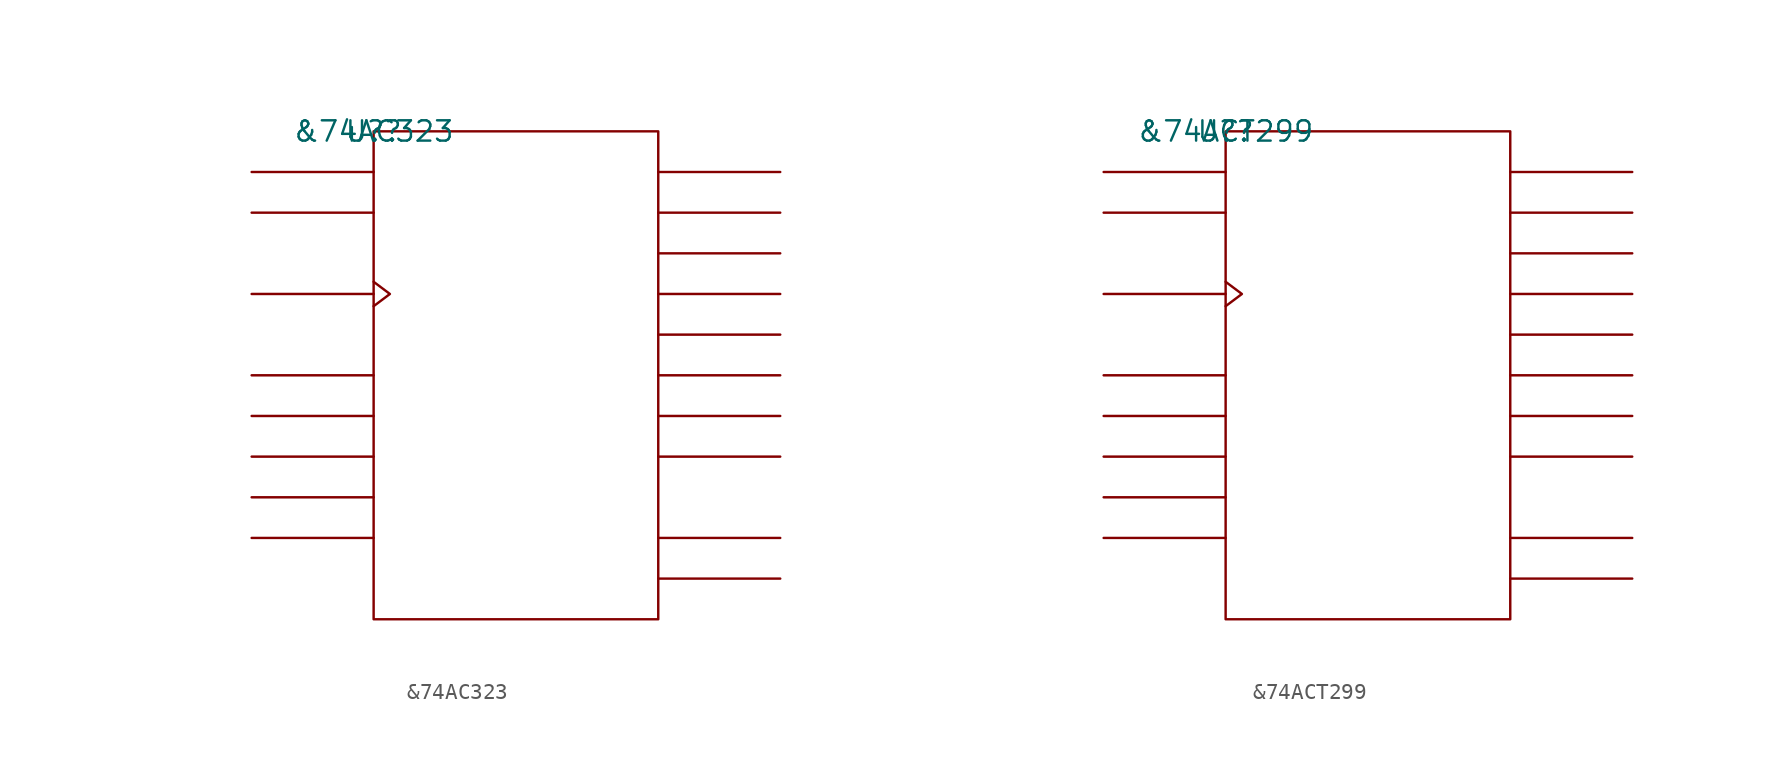
<source format=kicad_sym>
(kicad_symbol_lib
  (version 20211014)
  (generator kicad_symbol_editor)
  (symbol "&74AC323"
    (pin_names
      (offset 0.762))
    (property "Reference" "U?"
      (at 0 0 0)
      (effects (font (size 1.27 1.27))))
    (property "Value" "&74AC323"
      (at 0 0 0)
      (effects (font (size 1.27 1.27))))
    (symbol "&74AC323_0_1"
      (rectangle (start 0 -30.48) (end 17.78 0) (stroke (width 0) (type default) (color 0 0 0 0)) (fill (type none)))
      (polyline (pts (xy 0 -25.4) (xy -7.62 -25.4)) (stroke (width 0) (type default) (color 0 0 0 0)) (fill (type none)))
      (polyline (pts (xy 0 -22.86) (xy -7.62 -22.86)) (stroke (width 0) (type default) (color 0 0 0 0)) (fill (type none)))
      (polyline (pts (xy 0 -20.32) (xy -7.62 -20.32)) (stroke (width 0) (type default) (color 0 0 0 0)) (fill (type none)))
      (polyline (pts (xy 0 -17.78) (xy -7.62 -17.78)) (stroke (width 0) (type default) (color 0 0 0 0)) (fill (type none)))
      (polyline (pts (xy 0 -15.24) (xy -7.62 -15.24)) (stroke (width 0) (type default) (color 0 0 0 0)) (fill (type none)))
      (polyline (pts (xy 0 -10.16) (xy -7.62 -10.16)) (stroke (width 0) (type default) (color 0 0 0 0)) (fill (type none)))
      (polyline (pts (xy 0 -5.08) (xy -7.62 -5.08)) (stroke (width 0) (type default) (color 0 0 0 0)) (fill (type none)))
      (polyline (pts (xy 0 -2.54) (xy -7.62 -2.54)) (stroke (width 0) (type default) (color 0 0 0 0)) (fill (type none)))
      (polyline (pts (xy 17.78 -27.94) (xy 25.4 -27.94)) (stroke (width 0) (type default) (color 0 0 0 0)) (fill (type none)))
      (polyline (pts (xy 17.78 -25.4) (xy 25.4 -25.4)) (stroke (width 0) (type default) (color 0 0 0 0)) (fill (type none)))
      (polyline (pts (xy 17.78 -20.32) (xy 25.4 -20.32)) (stroke (width 0) (type default) (color 0 0 0 0)) (fill (type none)))
      (polyline (pts (xy 17.78 -17.78) (xy 25.4 -17.78)) (stroke (width 0) (type default) (color 0 0 0 0)) (fill (type none)))
      (polyline (pts (xy 17.78 -15.24) (xy 25.4 -15.24)) (stroke (width 0) (type default) (color 0 0 0 0)) (fill (type none)))
      (polyline (pts (xy 17.78 -12.7) (xy 25.4 -12.7)) (stroke (width 0) (type default) (color 0 0 0 0)) (fill (type none)))
      (polyline (pts (xy 17.78 -10.16) (xy 25.4 -10.16)) (stroke (width 0) (type default) (color 0 0 0 0)) (fill (type none)))
      (polyline (pts (xy 17.78 -7.62) (xy 25.4 -7.62)) (stroke (width 0) (type default) (color 0 0 0 0)) (fill (type none)))
      (polyline (pts (xy 17.78 -5.08) (xy 25.4 -5.08)) (stroke (width 0) (type default) (color 0 0 0 0)) (fill (type none)))
      (polyline (pts (xy 17.78 -2.54) (xy 25.4 -2.54)) (stroke (width 0) (type default) (color 0 0 0 0)) (fill (type none)))
      (polyline (pts (xy 0 -9.398) (xy 1.016 -10.16) (xy 0 -10.922)) (stroke (width 0) (type default) (color 0 0 0 0)) (fill (type none))))
    (symbol "&74AC323_1_1"
      (pin unspecified line (at -7.62 -22.86 0) (length 7.62) hide (name "S0" (effects (font (size 1.245 1.245)))) (number "1" (effects (font (size 1.245 1.245)))))
      (pin power_in line (at 7.62 -30.48 0) (length 7.62) hide (name "GND" (effects (font (size 1.245 1.245)))) (number "10" (effects (font (size 1.245 1.245)))))
      (pin unspecified line (at -7.62 -5.08 0) (length 7.62) hide (name "SR" (effects (font (size 1.245 1.245)))) (number "11" (effects (font (size 1.245 1.245)))))
      (pin unspecified line (at -7.62 -10.16 180) (length 7.62) hide (name "CLK" (effects (font (size 1.245 1.245)))) (number "12" (effects (font (size 1.245 1.245)))))
      (pin unspecified line (at 25.4 -5.08 180) (length 7.62) hide (name "B/QB" (effects (font (size 1.245 1.245)))) (number "13" (effects (font (size 1.245 1.245)))))
      (pin unspecified line (at 25.4 -10.16 180) (length 7.62) hide (name "D/QD" (effects (font (size 1.245 1.245)))) (number "14" (effects (font (size 1.245 1.245)))))
      (pin unspecified line (at 25.4 -15.24 180) (length 7.62) hide (name "F/QF" (effects (font (size 1.245 1.245)))) (number "15" (effects (font (size 1.245 1.245)))))
      (pin unspecified line (at 25.4 -20.32 180) (length 7.62) hide (name "H/QH" (effects (font (size 1.245 1.245)))) (number "16" (effects (font (size 1.245 1.245)))))
      (pin unspecified line (at 25.4 -27.94 180) (length 7.62) hide (name "QH'" (effects (font (size 1.245 1.245)))) (number "17" (effects (font (size 1.245 1.245)))))
      (pin unspecified line (at -7.62 -2.54 0) (length 7.62) hide (name "SL" (effects (font (size 1.245 1.245)))) (number "18" (effects (font (size 1.245 1.245)))))
      (pin unspecified line (at -7.62 -25.4 0) (length 7.62) hide (name "S1" (effects (font (size 1.245 1.245)))) (number "19" (effects (font (size 1.245 1.245)))))
      (pin unspecified line (at -7.62 -17.78 0) (length 7.62) hide (name "EN1" (effects (font (size 1.245 1.245)))) (number "2" (effects (font (size 1.245 1.245)))))
      (pin power_in line (at 7.62 0 180) (length 7.62) hide (name "VCC" (effects (font (size 1.245 1.245)))) (number "20" (effects (font (size 1.245 1.245)))))
      (pin unspecified line (at -7.62 -20.32 0) (length 7.62) hide (name "EN2" (effects (font (size 1.245 1.245)))) (number "3" (effects (font (size 1.245 1.245)))))
      (pin unspecified line (at 25.4 -17.78 180) (length 7.62) hide (name "G/QG" (effects (font (size 1.245 1.245)))) (number "4" (effects (font (size 1.245 1.245)))))
      (pin unspecified line (at 25.4 -12.7 180) (length 7.62) hide (name "E/QE" (effects (font (size 1.245 1.245)))) (number "5" (effects (font (size 1.245 1.245)))))
      (pin unspecified line (at 25.4 -7.62 180) (length 7.62) hide (name "C/QC" (effects (font (size 1.245 1.245)))) (number "6" (effects (font (size 1.245 1.245)))))
      (pin unspecified line (at 25.4 -2.54 180) (length 7.62) hide (name "A/QA" (effects (font (size 1.245 1.245)))) (number "7" (effects (font (size 1.245 1.245)))))
      (pin unspecified line (at 25.4 -25.4 180) (length 7.62) hide (name "QA'" (effects (font (size 1.245 1.245)))) (number "8" (effects (font (size 1.245 1.245)))))
      (pin unspecified line (at -7.62 -15.24 0) (length 7.62) hide (name "C\\L\\R\\" (effects (font (size 1.245 1.245)))) (number "9" (effects (font (size 1.245 1.245)))))))
  (symbol "&74ACT299"
    (pin_names
      (offset 0.762))
    (property "Reference" "U?"
      (at 0 0 0)
      (effects (font (size 1.27 1.27))))
    (property "Value" "&74ACT299"
      (at 0 0 0)
      (effects (font (size 1.27 1.27))))
    (symbol "&74ACT299_0_1"
      (rectangle (start 0 -30.48) (end 17.78 0) (stroke (width 0) (type default) (color 0 0 0 0)) (fill (type none)))
      (polyline (pts (xy 0 -25.4) (xy -7.62 -25.4)) (stroke (width 0) (type default) (color 0 0 0 0)) (fill (type none)))
      (polyline (pts (xy 0 -22.86) (xy -7.62 -22.86)) (stroke (width 0) (type default) (color 0 0 0 0)) (fill (type none)))
      (polyline (pts (xy 0 -20.32) (xy -7.62 -20.32)) (stroke (width 0) (type default) (color 0 0 0 0)) (fill (type none)))
      (polyline (pts (xy 0 -17.78) (xy -7.62 -17.78)) (stroke (width 0) (type default) (color 0 0 0 0)) (fill (type none)))
      (polyline (pts (xy 0 -15.24) (xy -7.62 -15.24)) (stroke (width 0) (type default) (color 0 0 0 0)) (fill (type none)))
      (polyline (pts (xy 0 -10.16) (xy -7.62 -10.16)) (stroke (width 0) (type default) (color 0 0 0 0)) (fill (type none)))
      (polyline (pts (xy 0 -5.08) (xy -7.62 -5.08)) (stroke (width 0) (type default) (color 0 0 0 0)) (fill (type none)))
      (polyline (pts (xy 0 -2.54) (xy -7.62 -2.54)) (stroke (width 0) (type default) (color 0 0 0 0)) (fill (type none)))
      (polyline (pts (xy 17.78 -27.94) (xy 25.4 -27.94)) (stroke (width 0) (type default) (color 0 0 0 0)) (fill (type none)))
      (polyline (pts (xy 17.78 -25.4) (xy 25.4 -25.4)) (stroke (width 0) (type default) (color 0 0 0 0)) (fill (type none)))
      (polyline (pts (xy 17.78 -20.32) (xy 25.4 -20.32)) (stroke (width 0) (type default) (color 0 0 0 0)) (fill (type none)))
      (polyline (pts (xy 17.78 -17.78) (xy 25.4 -17.78)) (stroke (width 0) (type default) (color 0 0 0 0)) (fill (type none)))
      (polyline (pts (xy 17.78 -15.24) (xy 25.4 -15.24)) (stroke (width 0) (type default) (color 0 0 0 0)) (fill (type none)))
      (polyline (pts (xy 17.78 -12.7) (xy 25.4 -12.7)) (stroke (width 0) (type default) (color 0 0 0 0)) (fill (type none)))
      (polyline (pts (xy 17.78 -10.16) (xy 25.4 -10.16)) (stroke (width 0) (type default) (color 0 0 0 0)) (fill (type none)))
      (polyline (pts (xy 17.78 -7.62) (xy 25.4 -7.62)) (stroke (width 0) (type default) (color 0 0 0 0)) (fill (type none)))
      (polyline (pts (xy 17.78 -5.08) (xy 25.4 -5.08)) (stroke (width 0) (type default) (color 0 0 0 0)) (fill (type none)))
      (polyline (pts (xy 17.78 -2.54) (xy 25.4 -2.54)) (stroke (width 0) (type default) (color 0 0 0 0)) (fill (type none)))
      (polyline (pts (xy 0 -9.398) (xy 1.016 -10.16) (xy 0 -10.922)) (stroke (width 0) (type default) (color 0 0 0 0)) (fill (type none))))
    (symbol "&74ACT299_1_1"
      (pin unspecified line (at -7.62 -22.86 0) (length 7.62) hide (name "S0" (effects (font (size 1.245 1.245)))) (number "1" (effects (font (size 1.245 1.245)))))
      (pin power_in line (at 7.62 -30.48 180) (length 7.62) hide (name "GND" (effects (font (size 1.245 1.245)))) (number "10" (effects (font (size 1.245 1.245)))))
      (pin unspecified line (at -7.62 -5.08 0) (length 7.62) hide (name "SR" (effects (font (size 1.245 1.245)))) (number "11" (effects (font (size 1.245 1.245)))))
      (pin unspecified line (at -7.62 -10.16 180) (length 7.62) hide (name "CLK" (effects (font (size 1.245 1.245)))) (number "12" (effects (font (size 1.245 1.245)))))
      (pin unspecified line (at 25.4 -5.08 180) (length 7.62) hide (name "B/QB" (effects (font (size 1.245 1.245)))) (number "13" (effects (font (size 1.245 1.245)))))
      (pin unspecified line (at 25.4 -10.16 180) (length 7.62) hide (name "D/QD" (effects (font (size 1.245 1.245)))) (number "14" (effects (font (size 1.245 1.245)))))
      (pin unspecified line (at 25.4 -15.24 180) (length 7.62) hide (name "F/QF" (effects (font (size 1.245 1.245)))) (number "15" (effects (font (size 1.245 1.245)))))
      (pin unspecified line (at 25.4 -20.32 180) (length 7.62) hide (name "H/QH" (effects (font (size 1.245 1.245)))) (number "16" (effects (font (size 1.245 1.245)))))
      (pin unspecified line (at 25.4 -27.94 180) (length 7.62) hide (name "QH'" (effects (font (size 1.245 1.245)))) (number "17" (effects (font (size 1.245 1.245)))))
      (pin unspecified line (at -7.62 -2.54 0) (length 7.62) hide (name "SL" (effects (font (size 1.245 1.245)))) (number "18" (effects (font (size 1.245 1.245)))))
      (pin unspecified line (at -7.62 -25.4 0) (length 7.62) hide (name "S1" (effects (font (size 1.245 1.245)))) (number "19" (effects (font (size 1.245 1.245)))))
      (pin unspecified line (at -7.62 -17.78 0) (length 7.62) hide (name "G\\1\\" (effects (font (size 1.245 1.245)))) (number "2" (effects (font (size 1.245 1.245)))))
      (pin power_in line (at 7.62 0 180) (length 7.62) hide (name "VCC" (effects (font (size 1.245 1.245)))) (number "20" (effects (font (size 1.245 1.245)))))
      (pin unspecified line (at -7.62 -20.32 0) (length 7.62) hide (name "G\\2\\" (effects (font (size 1.245 1.245)))) (number "3" (effects (font (size 1.245 1.245)))))
      (pin unspecified line (at 25.4 -17.78 180) (length 7.62) hide (name "G/QG" (effects (font (size 1.245 1.245)))) (number "4" (effects (font (size 1.245 1.245)))))
      (pin unspecified line (at 25.4 -12.7 180) (length 7.62) hide (name "E/QE" (effects (font (size 1.245 1.245)))) (number "5" (effects (font (size 1.245 1.245)))))
      (pin unspecified line (at 25.4 -7.62 180) (length 7.62) hide (name "C/QC" (effects (font (size 1.245 1.245)))) (number "6" (effects (font (size 1.245 1.245)))))
      (pin unspecified line (at 25.4 -2.54 180) (length 7.62) hide (name "A/QA" (effects (font (size 1.245 1.245)))) (number "7" (effects (font (size 1.245 1.245)))))
      (pin unspecified line (at 25.4 -25.4 180) (length 7.62) hide (name "QA'" (effects (font (size 1.245 1.245)))) (number "8" (effects (font (size 1.245 1.245)))))
      (pin unspecified line (at -7.62 -15.24 0) (length 7.62) hide (name "C\\L\\R\\" (effects (font (size 1.245 1.245)))) (number "9" (effects (font (size 1.245 1.245))))))))
</source>
